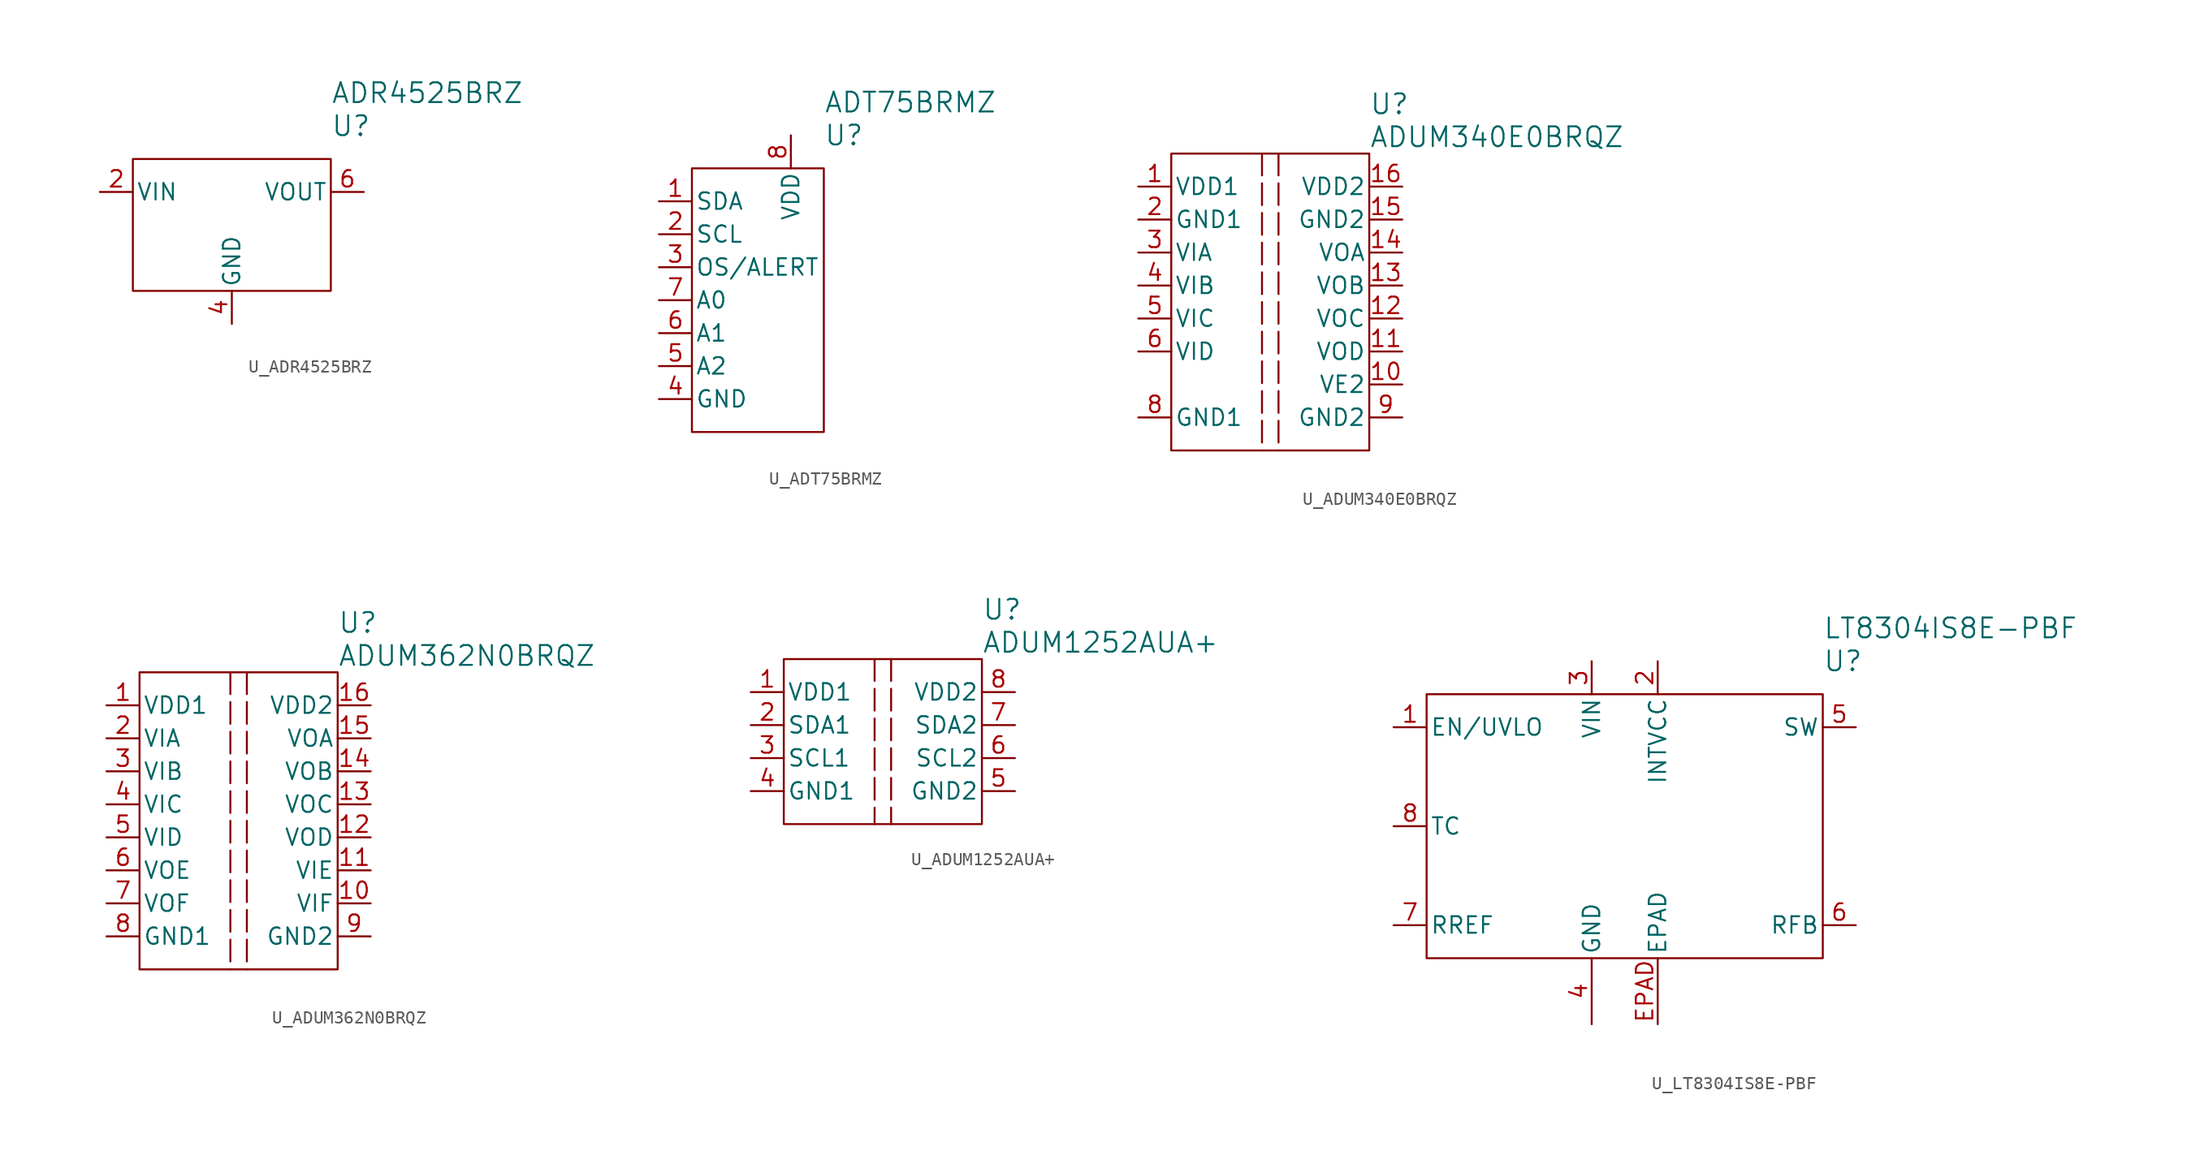
<source format=kicad_sym>
(kicad_symbol_lib
  (version 20241209)
  (generator "kicad_symbol_editor")
  (generator_version "9.0")
  (symbol "U_ADR4525BRZ"
    (pin_names
      (offset 0.254))
    (property "Reference" "U"
      (at 7.62 7.62 0)
      (effects (font (size 1.524 1.524)) (justify left)))
    (property "Value" "ADR4525BRZ"
      (at 7.62 10.16 0)
      (effects (font (size 1.524 1.524)) (justify left)))
    (symbol "U_ADR4525BRZ_0_1"
      (rectangle (start -7.62 5.08) (end 7.62 -5.08) (stroke (width 0) (type default)) (fill (type none))))
    (symbol "U_ADR4525BRZ_1_1"
      (pin power_in line (at -10.16 2.54 0) (length 2.54) (name "VIN" (effects (font (size 1.27 1.27)))) (number "2" (effects (font (size 1.27 1.27)))))
      (pin no_connect line (at -5.08 -7.62 90) (length 2.54) (hide yes) (name "NC" (effects (font (size 1.27 1.27)))) (number "1" (effects (font (size 1.27 1.27)))))
      (pin no_connect line (at -2.54 -7.62 90) (length 2.54) (hide yes) (name "NC" (effects (font (size 1.27 1.27)))) (number "3" (effects (font (size 1.27 1.27)))))
      (pin power_in line (at 0 -7.62 90) (length 2.54) (name "GND" (effects (font (size 1.27 1.27)))) (number "4" (effects (font (size 1.27 1.27)))))
      (pin no_connect line (at 2.54 -7.62 90) (length 2.54) (hide yes) (name "NC" (effects (font (size 1.27 1.27)))) (number "5" (effects (font (size 1.27 1.27)))))
      (pin no_connect line (at 5.08 -7.62 90) (length 2.54) (hide yes) (name "NC" (effects (font (size 1.27 1.27)))) (number "7" (effects (font (size 1.27 1.27)))))
      (pin output line (at 10.16 2.54 180) (length 2.54) (name "VOUT" (effects (font (size 1.27 1.27)))) (number "6" (effects (font (size 1.27 1.27)))))
      (pin no_connect line (at 10.16 0 180) (length 2.54) (hide yes) (name "DNC" (effects (font (size 1.27 1.27)))) (number "8" (effects (font (size 1.27 1.27)))))))
  (symbol "U_ADT75BRMZ"
    (pin_names
      (offset 0.254))
    (property "Reference" "U"
      (at 5.08 12.7 0)
      (effects (font (size 1.524 1.524)) (justify left)))
    (property "Value" "ADT75BRMZ"
      (at 5.08 15.24 0)
      (effects (font (size 1.524 1.524)) (justify left)))
    (symbol "U_ADT75BRMZ_0_1"
      (pin bidirectional line (at -7.62 7.62 0) (length 2.54) (name "SDA" (effects (font (size 1.27 1.27)))) (number "1" (effects (font (size 1.27 1.27)))))
      (pin input line (at -7.62 0 0) (length 2.54) (name "A0" (effects (font (size 1.27 1.27)))) (number "7" (effects (font (size 1.27 1.27)))))
      (pin input line (at -7.62 -2.54 0) (length 2.54) (name "A1" (effects (font (size 1.27 1.27)))) (number "6" (effects (font (size 1.27 1.27)))))
      (pin input line (at -7.62 -5.08 0) (length 2.54) (name "A2" (effects (font (size 1.27 1.27)))) (number "5" (effects (font (size 1.27 1.27)))))
      (pin power_in line (at -7.62 -7.62 0) (length 2.54) (name "GND" (effects (font (size 1.27 1.27)))) (number "4" (effects (font (size 1.27 1.27)))))
      (pin power_in line (at 2.54 12.7 270) (length 2.54) (name "VDD" (effects (font (size 1.27 1.27)))) (number "8" (effects (font (size 1.27 1.27))))))
    (symbol "U_ADT75BRMZ_1_1"
      (rectangle (start -5.08 10.16) (end 5.08 -10.16) (stroke (width 0) (type default)) (fill (type none)))
      (pin input line (at -7.62 5.08 0) (length 2.54) (name "SCL" (effects (font (size 1.27 1.27)))) (number "2" (effects (font (size 1.27 1.27)))))
      (pin output line (at -7.62 2.54 0) (length 2.54) (name "OS/ALERT" (effects (font (size 1.27 1.27)))) (number "3" (effects (font (size 1.27 1.27)))))))
  (symbol "U_ADUM340E0BRQZ"
    (pin_names
      (offset 0.254))
    (property "Reference" "U"
      (at 7.62 15.24 0)
      (effects (font (size 1.524 1.524)) (justify left)))
    (property "Value" "ADUM340E0BRQZ"
      (at 7.62 12.7 0)
      (effects (font (size 1.524 1.524)) (justify left)))
    (symbol "U_ADUM340E0BRQZ_0_1"
      (rectangle (start -7.62 11.43) (end 7.62 -11.43) (stroke (width 0) (type default)) (fill (type none)))
      (pin power_in line (at -10.16 8.89 0) (length 2.54) (name "VDD1" (effects (font (size 1.27 1.27)))) (number "1" (effects (font (size 1.27 1.27)))))
      (pin input line (at -10.16 3.81 0) (length 2.54) (name "VIA" (effects (font (size 1.27 1.27)))) (number "3" (effects (font (size 1.27 1.27)))))
      (pin input line (at -10.16 1.27 0) (length 2.54) (name "VIB" (effects (font (size 1.27 1.27)))) (number "4" (effects (font (size 1.27 1.27)))))
      (pin input line (at -10.16 -1.27 0) (length 2.54) (name "VIC" (effects (font (size 1.27 1.27)))) (number "5" (effects (font (size 1.27 1.27)))))
      (pin input line (at -10.16 -3.81 0) (length 2.54) (name "VID" (effects (font (size 1.27 1.27)))) (number "6" (effects (font (size 1.27 1.27)))))
      (pin power_in line (at 10.16 8.89 180) (length 2.54) (name "VDD2" (effects (font (size 1.27 1.27)))) (number "16" (effects (font (size 1.27 1.27)))))
      (pin output line (at 10.16 3.81 180) (length 2.54) (name "VOA" (effects (font (size 1.27 1.27)))) (number "14" (effects (font (size 1.27 1.27)))))
      (pin output line (at 10.16 1.27 180) (length 2.54) (name "VOB" (effects (font (size 1.27 1.27)))) (number "13" (effects (font (size 1.27 1.27)))))
      (pin output line (at 10.16 -1.27 180) (length 2.54) (name "VOC" (effects (font (size 1.27 1.27)))) (number "12" (effects (font (size 1.27 1.27)))))
      (pin output line (at 10.16 -3.81 180) (length 2.54) (name "VOD" (effects (font (size 1.27 1.27)))) (number "11" (effects (font (size 1.27 1.27)))))
      (pin input line (at 10.16 -6.35 180) (length 2.54) (name "VE2" (effects (font (size 1.27 1.27)))) (number "10" (effects (font (size 1.27 1.27))))))
    (symbol "U_ADUM340E0BRQZ_1_1"
      (polyline (pts (xy -0.635 11.43) (xy -0.635 -11.43)) (stroke (width 0) (type dash)) (fill (type none)))
      (polyline (pts (xy 0.635 11.43) (xy 0.635 -11.43)) (stroke (width 0) (type dash)) (fill (type none)))
      (pin power_in line (at -10.16 6.35 0) (length 2.54) (name "GND1" (effects (font (size 1.27 1.27)))) (number "2" (effects (font (size 1.27 1.27)))))
      (pin no_connect line (at -10.16 -6.35 0) (length 2.54) (hide yes) (name "NIC" (effects (font (size 1.27 1.27)))) (number "7" (effects (font (size 1.27 1.27)))))
      (pin power_in line (at -10.16 -8.89 0) (length 2.54) (name "GND1" (effects (font (size 1.27 1.27)))) (number "8" (effects (font (size 1.27 1.27)))))
      (pin power_in line (at 10.16 6.35 180) (length 2.54) (name "GND2" (effects (font (size 1.27 1.27)))) (number "15" (effects (font (size 1.27 1.27)))))
      (pin power_in line (at 10.16 -8.89 180) (length 2.54) (name "GND2" (effects (font (size 1.27 1.27)))) (number "9" (effects (font (size 1.27 1.27)))))))
  (symbol "U_ADUM362N0BRQZ"
    (pin_names
      (offset 0.254))
    (property "Reference" "U"
      (at 7.62 15.24 0)
      (effects (font (size 1.524 1.524)) (justify left)))
    (property "Value" "ADUM362N0BRQZ"
      (at 7.62 12.7 0)
      (effects (font (size 1.524 1.524)) (justify left)))
    (symbol "U_ADUM362N0BRQZ_0_1"
      (rectangle (start -7.62 11.43) (end 7.62 -11.43) (stroke (width 0) (type default)) (fill (type none)))
      (pin power_in line (at -10.16 8.89 0) (length 2.54) (name "VDD1" (effects (font (size 1.27 1.27)))) (number "1" (effects (font (size 1.27 1.27)))))
      (pin input line (at -10.16 6.35 0) (length 2.54) (name "VIA" (effects (font (size 1.27 1.27)))) (number "2" (effects (font (size 1.27 1.27)))))
      (pin input line (at -10.16 3.81 0) (length 2.54) (name "VIB" (effects (font (size 1.27 1.27)))) (number "3" (effects (font (size 1.27 1.27)))))
      (pin input line (at -10.16 1.27 0) (length 2.54) (name "VIC" (effects (font (size 1.27 1.27)))) (number "4" (effects (font (size 1.27 1.27)))))
      (pin input line (at -10.16 -1.27 0) (length 2.54) (name "VID" (effects (font (size 1.27 1.27)))) (number "5" (effects (font (size 1.27 1.27)))))
      (pin output line (at -10.16 -3.81 0) (length 2.54) (name "VOE" (effects (font (size 1.27 1.27)))) (number "6" (effects (font (size 1.27 1.27)))))
      (pin output line (at -10.16 -6.35 0) (length 2.54) (name "VOF" (effects (font (size 1.27 1.27)))) (number "7" (effects (font (size 1.27 1.27)))))
      (pin power_in line (at 10.16 8.89 180) (length 2.54) (name "VDD2" (effects (font (size 1.27 1.27)))) (number "16" (effects (font (size 1.27 1.27)))))
      (pin output line (at 10.16 6.35 180) (length 2.54) (name "VOA" (effects (font (size 1.27 1.27)))) (number "15" (effects (font (size 1.27 1.27)))))
      (pin output line (at 10.16 3.81 180) (length 2.54) (name "VOB" (effects (font (size 1.27 1.27)))) (number "14" (effects (font (size 1.27 1.27)))))
      (pin output line (at 10.16 1.27 180) (length 2.54) (name "VOC" (effects (font (size 1.27 1.27)))) (number "13" (effects (font (size 1.27 1.27)))))
      (pin output line (at 10.16 -1.27 180) (length 2.54) (name "VOD" (effects (font (size 1.27 1.27)))) (number "12" (effects (font (size 1.27 1.27)))))
      (pin input line (at 10.16 -3.81 180) (length 2.54) (name "VIE" (effects (font (size 1.27 1.27)))) (number "11" (effects (font (size 1.27 1.27)))))
      (pin input line (at 10.16 -6.35 180) (length 2.54) (name "VIF" (effects (font (size 1.27 1.27)))) (number "10" (effects (font (size 1.27 1.27))))))
    (symbol "U_ADUM362N0BRQZ_1_1"
      (polyline (pts (xy -0.635 11.43) (xy -0.635 -11.43)) (stroke (width 0) (type dash)) (fill (type none)))
      (polyline (pts (xy 0.635 11.43) (xy 0.635 -11.43)) (stroke (width 0) (type dash)) (fill (type none)))
      (pin power_in line (at -10.16 -8.89 0) (length 2.54) (name "GND1" (effects (font (size 1.27 1.27)))) (number "8" (effects (font (size 1.27 1.27)))))
      (pin power_in line (at 10.16 -8.89 180) (length 2.54) (name "GND2" (effects (font (size 1.27 1.27)))) (number "9" (effects (font (size 1.27 1.27)))))))
  (symbol "U_ADUM1252AUA+"
    (pin_names
      (offset 0.254))
    (property "Reference" "U"
      (at 7.62 10.16 0)
      (effects (font (size 1.524 1.524)) (justify left)))
    (property "Value" "ADUM1252AUA+"
      (at 7.62 7.62 0)
      (effects (font (size 1.524 1.524)) (justify left)))
    (symbol "U_ADUM1252AUA+_0_1"
      (rectangle (start -7.62 6.35) (end 7.62 -6.35) (stroke (width 0) (type default)) (fill (type none))))
    (symbol "U_ADUM1252AUA+_1_1"
      (polyline (pts (xy -0.635 6.35) (xy -0.635 -6.35)) (stroke (width 0) (type dash)) (fill (type none)))
      (polyline (pts (xy 0.635 6.35) (xy 0.635 -6.35)) (stroke (width 0) (type dash)) (fill (type none)))
      (pin power_in line (at -10.16 3.81 0) (length 2.54) (name "VDD1" (effects (font (size 1.27 1.27)))) (number "1" (effects (font (size 1.27 1.27)))))
      (pin bidirectional line (at -10.16 1.27 0) (length 2.54) (name "SDA1" (effects (font (size 1.27 1.27)))) (number "2" (effects (font (size 1.27 1.27)))))
      (pin bidirectional line (at -10.16 -1.27 0) (length 2.54) (name "SCL1" (effects (font (size 1.27 1.27)))) (number "3" (effects (font (size 1.27 1.27)))))
      (pin power_in line (at -10.16 -3.81 0) (length 2.54) (name "GND1" (effects (font (size 1.27 1.27)))) (number "4" (effects (font (size 1.27 1.27)))))
      (pin power_in line (at 10.16 3.81 180) (length 2.54) (name "VDD2" (effects (font (size 1.27 1.27)))) (number "8" (effects (font (size 1.27 1.27)))))
      (pin bidirectional line (at 10.16 1.27 180) (length 2.54) (name "SDA2" (effects (font (size 1.27 1.27)))) (number "7" (effects (font (size 1.27 1.27)))))
      (pin bidirectional line (at 10.16 -1.27 180) (length 2.54) (name "SCL2" (effects (font (size 1.27 1.27)))) (number "6" (effects (font (size 1.27 1.27)))))
      (pin power_in line (at 10.16 -3.81 180) (length 2.54) (name "GND2" (effects (font (size 1.27 1.27)))) (number "5" (effects (font (size 1.27 1.27)))))))
  (symbol "U_LT8304IS8E-PBF"
    (pin_names
      (offset 0.254))
    (property "Reference" "U"
      (at 15.24 12.7 0)
      (effects (font (size 1.524 1.524)) (justify left)))
    (property "Value" "LT8304IS8E-PBF"
      (at 15.24 15.24 0)
      (effects (font (size 1.524 1.524)) (justify left)))
    (symbol "U_LT8304IS8E-PBF_0_1"
      (rectangle (start 15.24 10.16) (end -15.24 -10.16) (stroke (width 0) (type default)) (fill (type none))))
    (symbol "U_LT8304IS8E-PBF_1_1"
      (pin input line (at -17.78 7.62 0) (length 2.54) (name "EN/UVLO" (effects (font (size 1.27 1.27)))) (number "1" (effects (font (size 1.27 1.27)))))
      (pin input line (at -17.78 0 0) (length 2.54) (name "TC" (effects (font (size 1.27 1.27)))) (number "8" (effects (font (size 1.27 1.27)))))
      (pin input line (at -17.78 -7.62 0) (length 2.54) (name "RREF" (effects (font (size 1.27 1.27)))) (number "7" (effects (font (size 1.27 1.27)))))
      (pin power_in line (at -2.54 12.7 270) (length 2.54) (name "VIN" (effects (font (size 1.27 1.27)))) (number "3" (effects (font (size 1.27 1.27)))))
      (pin power_in line (at -2.54 -15.24 90) (length 5.08) (name "GND" (effects (font (size 1.27 1.27)))) (number "4" (effects (font (size 1.27 1.27)))))
      (pin output line (at 2.54 12.7 270) (length 2.54) (name "INTVCC" (effects (font (size 1.27 1.27)))) (number "2" (effects (font (size 1.27 1.27)))))
      (pin power_in line (at 2.54 -15.24 90) (length 5.08) (name "EPAD" (effects (font (size 1.27 1.27)))) (number "EPAD" (effects (font (size 1.27 1.27)))))
      (pin output line (at 17.78 7.62 180) (length 2.54) (name "SW" (effects (font (size 1.27 1.27)))) (number "5" (effects (font (size 1.27 1.27)))))
      (pin input line (at 17.78 -7.62 180) (length 2.54) (name "RFB" (effects (font (size 1.27 1.27)))) (number "6" (effects (font (size 1.27 1.27))))))))
</source>
